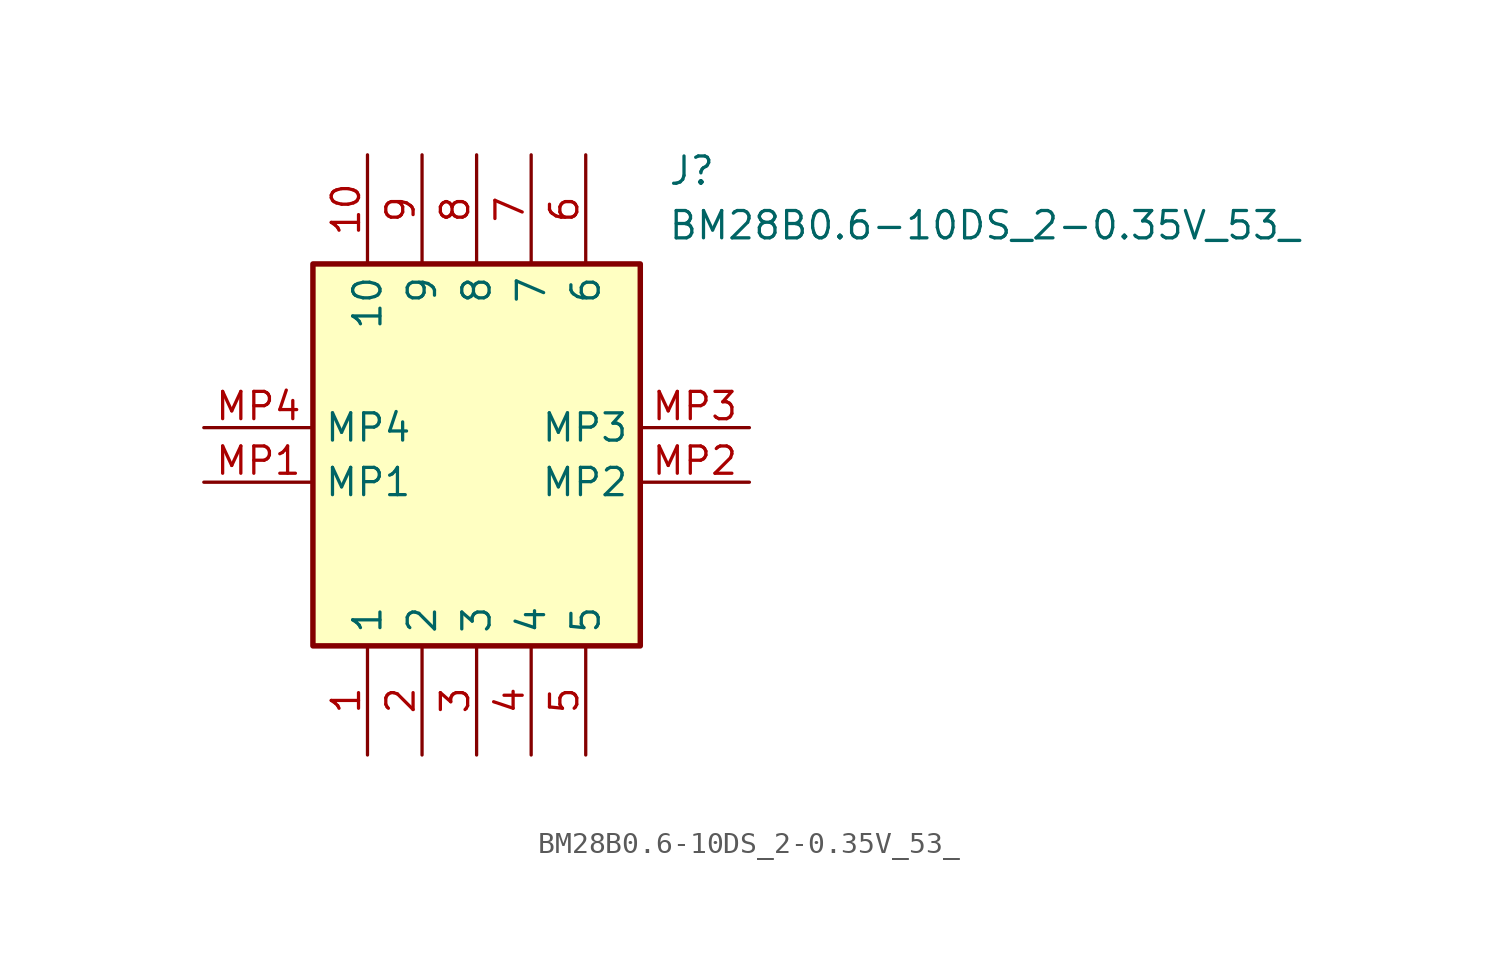
<source format=kicad_sym>
(kicad_symbol_lib
  (version 20211014)
  (generator SamacSys_ECAD_Model)
  (symbol "BM28B0.6-10DS_2-0.35V_53_"
    (property "Reference" "J"
      (at 21.59 12.7 0)
      (effects (font (size 1.27 1.27)) (justify left top)))
    (property "Value" "BM28B0.6-10DS_2-0.35V_53_"
      (at 21.59 10.16 0)
      (effects (font (size 1.27 1.27)) (justify left top)))
    (rectangle
      (start 5.08 7.62)
      (end 20.32 -10.16)
      (stroke (width 0.254) (type default))
      (fill (type background)))
    (pin passive line
      (at 7.62 -15.24 90)
      (length 5.08)
      (name "1" (effects (font (size 1.27 1.27))))
      (number "1" (effects (font (size 1.27 1.27)))))
    (pin passive line
      (at 10.16 -15.24 90)
      (length 5.08)
      (name "2" (effects (font (size 1.27 1.27))))
      (number "2" (effects (font (size 1.27 1.27)))))
    (pin passive line
      (at 12.7 -15.24 90)
      (length 5.08)
      (name "3" (effects (font (size 1.27 1.27))))
      (number "3" (effects (font (size 1.27 1.27)))))
    (pin passive line
      (at 15.24 -15.24 90)
      (length 5.08)
      (name "4" (effects (font (size 1.27 1.27))))
      (number "4" (effects (font (size 1.27 1.27)))))
    (pin passive line
      (at 17.78 -15.24 90)
      (length 5.08)
      (name "5" (effects (font (size 1.27 1.27))))
      (number "5" (effects (font (size 1.27 1.27)))))
    (pin passive line
      (at 17.78 12.7 270)
      (length 5.08)
      (name "6" (effects (font (size 1.27 1.27))))
      (number "6" (effects (font (size 1.27 1.27)))))
    (pin passive line
      (at 15.24 12.7 270)
      (length 5.08)
      (name "7" (effects (font (size 1.27 1.27))))
      (number "7" (effects (font (size 1.27 1.27)))))
    (pin passive line
      (at 12.7 12.7 270)
      (length 5.08)
      (name "8" (effects (font (size 1.27 1.27))))
      (number "8" (effects (font (size 1.27 1.27)))))
    (pin passive line
      (at 10.16 12.7 270)
      (length 5.08)
      (name "9" (effects (font (size 1.27 1.27))))
      (number "9" (effects (font (size 1.27 1.27)))))
    (pin passive line
      (at 7.62 12.7 270)
      (length 5.08)
      (name "10" (effects (font (size 1.27 1.27))))
      (number "10" (effects (font (size 1.27 1.27)))))
    (pin passive line
      (at 0 -2.54 0)
      (length 5.08)
      (name "MP1" (effects (font (size 1.27 1.27))))
      (number "MP1" (effects (font (size 1.27 1.27)))))
    (pin passive line
      (at 25.4 -2.54 180)
      (length 5.08)
      (name "MP2" (effects (font (size 1.27 1.27))))
      (number "MP2" (effects (font (size 1.27 1.27)))))
    (pin passive line
      (at 25.4 0 180)
      (length 5.08)
      (name "MP3" (effects (font (size 1.27 1.27))))
      (number "MP3" (effects (font (size 1.27 1.27)))))
    (pin passive line
      (at 0 0 0)
      (length 5.08)
      (name "MP4" (effects (font (size 1.27 1.27))))
      (number "MP4" (effects (font (size 1.27 1.27)))))))
</source>
